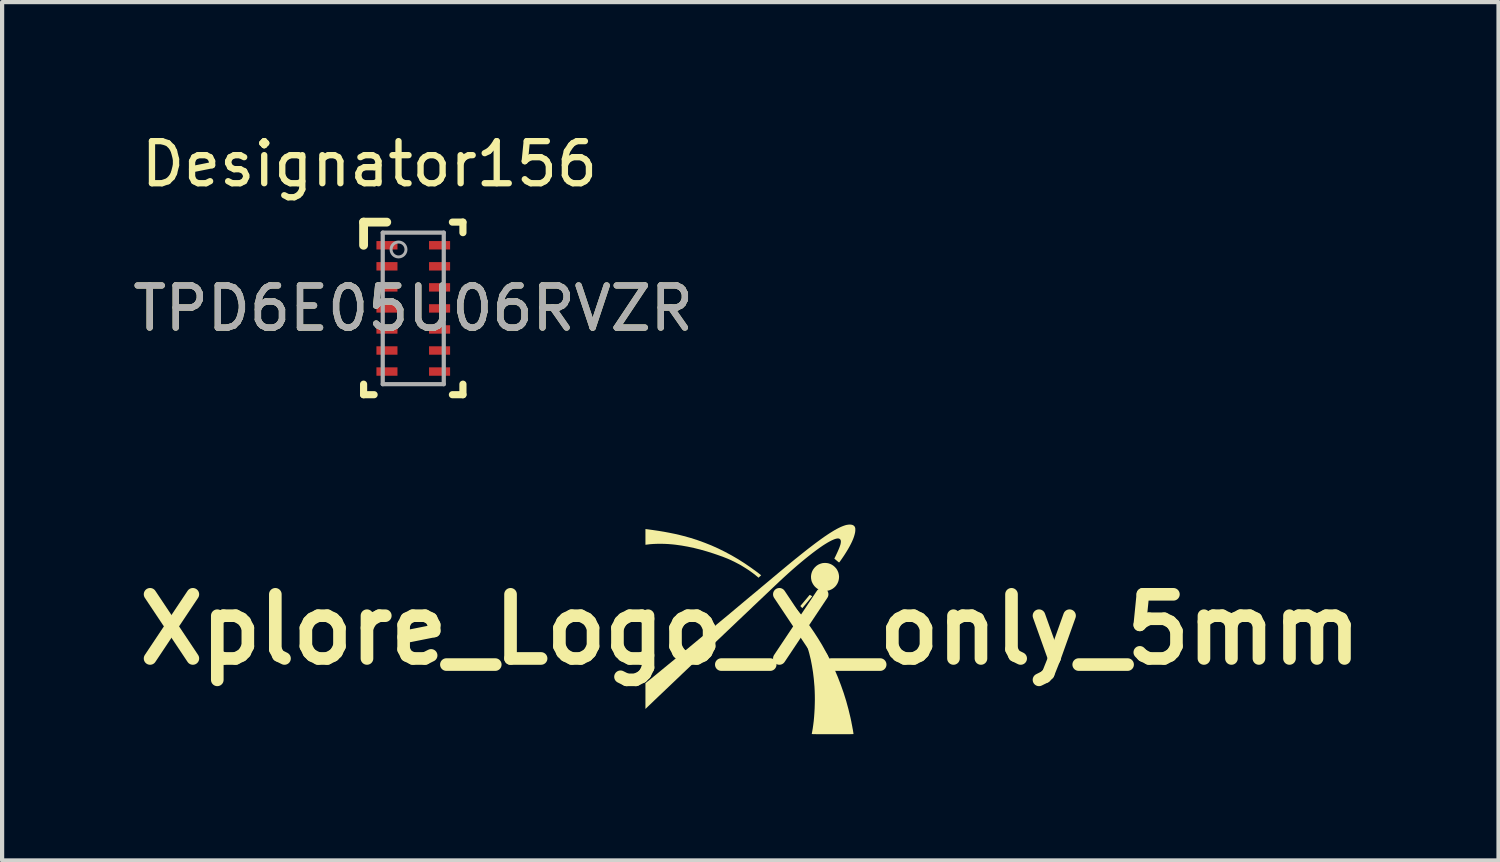
<source format=kicad_pcb>
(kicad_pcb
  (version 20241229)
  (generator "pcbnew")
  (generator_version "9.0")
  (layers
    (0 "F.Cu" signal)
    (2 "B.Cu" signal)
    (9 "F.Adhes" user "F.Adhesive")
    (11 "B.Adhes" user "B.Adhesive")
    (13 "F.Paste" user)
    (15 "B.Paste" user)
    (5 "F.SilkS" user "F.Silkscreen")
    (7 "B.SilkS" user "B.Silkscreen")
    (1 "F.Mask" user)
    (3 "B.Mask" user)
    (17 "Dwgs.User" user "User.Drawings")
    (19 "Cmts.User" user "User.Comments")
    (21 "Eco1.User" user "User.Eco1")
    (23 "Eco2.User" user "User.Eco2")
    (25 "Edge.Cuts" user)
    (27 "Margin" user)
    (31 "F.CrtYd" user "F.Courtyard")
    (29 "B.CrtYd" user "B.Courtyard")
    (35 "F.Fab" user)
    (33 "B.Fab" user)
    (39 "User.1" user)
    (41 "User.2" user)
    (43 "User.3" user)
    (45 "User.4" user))
  (footprint "TPD6E05U06RVZR"
    (layer "F.Cu")
    (at 6.768 4.277)
    (property "Reference" "TPD6E05U06RVZR" (at 0 0 0) (unlocked yes) (layer "F.SilkS") (effects (font (size 1 1) (thickness 0.15))))
    (attr smd)
    (fp_line (start -1.18 -1.5) (end -1.18 -2.05) (stroke (width 0.21) (type solid)) (layer "F.SilkS"))
    (fp_line (start -1.18 -2.05) (end -0.63 -2.05) (stroke (width 0.21) (type solid)) (layer "F.SilkS"))
    (fp_line (start -1.18 2.05) (end -1.18 1.8) (stroke (width 0.17) (type solid)) (layer "F.SilkS"))
    (fp_line (start -1.18 2.05) (end -0.93 2.05) (stroke (width 0.17) (type solid)) (layer "F.SilkS"))
    (fp_line (start 0.93 2.05) (end 1.18 2.05) (stroke (width 0.17) (type solid)) (layer "F.SilkS"))
    (fp_line (start 0.93 -2.05) (end 1.18 -2.05) (stroke (width 0.17) (type solid)) (layer "F.SilkS"))
    (fp_line (start 1.18 -1.8) (end 1.18 -2.05) (stroke (width 0.17) (type solid)) (layer "F.SilkS"))
    (fp_line (start 1.18 2.05) (end 1.18 1.8) (stroke (width 0.17) (type solid)) (layer "F.SilkS"))
    (fp_line (start -0.725 -1.8) (end 0.725 -1.8) (stroke (width 0.1) (type solid)) (layer "F.Fab"))
    (fp_line (start -0.725 1.8) (end -0.725 -1.8) (stroke (width 0.1) (type solid)) (layer "F.Fab"))
    (fp_line (start -0.725 1.8) (end 0.725 1.8) (stroke (width 0.1) (type solid)) (layer "F.Fab"))
    (fp_line (start 0.725 1.8) (end 0.725 -1.8) (stroke (width 0.1) (type solid)) (layer "F.Fab"))
    (fp_circle (center -0.35 -1.4) (end -0.173 -1.4) (stroke (width 0.07) (type solid)) (fill no) (layer "F.Fab"))
    (fp_text user "Designator156" (at -1.041 -3.429 0) (unlocked yes) (layer "F.SilkS") (effects (font (size 1 1) (thickness 0.15))))
    (fp_text user "${REFERENCE}" (at 0 0 0) (unlocked yes) (layer "F.Fab") (effects (font (size 1 1) (thickness 0.15))))
    (pad "1" smd rect (at -0.625 -1.5 90) (size 0.2 0.5) (layers "F.Cu" "F.Mask" "F.Paste"))
    (pad "2" smd rect (at -0.625 -1 90) (size 0.2 0.5) (layers "F.Cu" "F.Mask" "F.Paste"))
    (pad "3" smd rect (at -0.625 -0.5 90) (size 0.2 0.5) (layers "F.Cu" "F.Mask" "F.Paste"))
    (pad "4" smd rect (at -0.625 0 90) (size 0.2 0.5) (layers "F.Cu" "F.Mask" "F.Paste"))
    (pad "5" smd rect (at -0.625 0.5 90) (size 0.2 0.5) (layers "F.Cu" "F.Mask" "F.Paste"))
    (pad "6" smd rect (at -0.625 1 90) (size 0.2 0.5) (layers "F.Cu" "F.Mask" "F.Paste"))
    (pad "7" smd rect (at -0.625 1.5 90) (size 0.2 0.5) (layers "F.Cu" "F.Mask" "F.Paste"))
    (pad "8" smd rect (at 0.625 1.5 90) (size 0.2 0.5) (layers "F.Cu" "F.Mask" "F.Paste"))
    (pad "9" smd rect (at 0.625 1 90) (size 0.2 0.5) (layers "F.Cu" "F.Mask" "F.Paste"))
    (pad "10" smd rect (at 0.625 0.5 90) (size 0.2 0.5) (layers "F.Cu" "F.Mask" "F.Paste"))
    (pad "11" smd rect (at 0.625 0 90) (size 0.2 0.5) (layers "F.Cu" "F.Mask" "F.Paste"))
    (pad "12" smd rect (at 0.625 -0.5 90) (size 0.2 0.5) (layers "F.Cu" "F.Mask" "F.Paste"))
    (pad "13" smd rect (at 0.625 -1 90) (size 0.2 0.5) (layers "F.Cu" "F.Mask" "F.Paste"))
    (pad "14" smd rect (at 0.625 -1.5 90) (size 0.2 0.5) (layers "F.Cu" "F.Mask" "F.Paste")))
  (footprint "Xplore_Logo_X_only_5mm"
    (layer "F.Cu")
    (at 14.776 11.904)
    (property "Reference" "Xplore_Logo_X_only_5mm" (at 0 0 0) (layer "F.SilkS") (effects (font (size 1.524 1.524) (thickness 0.3))))
    (attr board_only exclude_from_pos_files exclude_from_bom)
    (fp_poly (pts (xy 1.417 -0.818) (xy 1.425 -0.815) (xy 1.437 -0.808) (xy 1.441 -0.806) (xy 1.453 -0.799) (xy 1.463 -0.794) (xy 1.469 -0.79) (xy 1.47 -0.789) (xy 1.468 -0.786) (xy 1.462 -0.779) (xy 1.453 -0.767) (xy 1.44 -0.753) (xy 1.426 -0.735) (xy 1.409 -0.715) (xy 1.391 -0.693) (xy 1.372 -0.67) (xy 1.353 -0.647) (xy 1.333 -0.623) (xy 1.314 -0.6) (xy 1.296 -0.579) (xy 1.279 -0.559) (xy 1.265 -0.541) (xy 1.252 -0.527) (xy 1.243 -0.515) (xy 1.237 -0.508) (xy 1.235 -0.506) (xy 1.232 -0.508) (xy 1.226 -0.515) (xy 1.218 -0.524) (xy 1.211 -0.531) (xy 1.188 -0.556) (xy 1.294 -0.683) (xy 1.315 -0.708) (xy 1.335 -0.732) (xy 1.353 -0.754) (xy 1.37 -0.774) (xy 1.383 -0.79) (xy 1.394 -0.803) (xy 1.402 -0.812) (xy 1.405 -0.816) (xy 1.405 -0.816) (xy 1.408 -0.819) (xy 1.412 -0.82)) (stroke (width 0) (type solid)) (fill yes) (layer "F.SilkS"))
    (fp_poly (pts (xy 1.802 -1.579) (xy 1.834 -1.575) (xy 1.854 -1.571) (xy 1.897 -1.557) (xy 1.935 -1.539) (xy 1.97 -1.516) (xy 2.003 -1.488) (xy 2.027 -1.463) (xy 2.047 -1.439) (xy 2.063 -1.412) (xy 2.076 -1.388) (xy 2.093 -1.345) (xy 2.103 -1.301) (xy 2.108 -1.258) (xy 2.106 -1.215) (xy 2.099 -1.173) (xy 2.087 -1.132) (xy 2.07 -1.094) (xy 2.048 -1.058) (xy 2.022 -1.024) (xy 1.992 -0.995) (xy 1.958 -0.969) (xy 1.921 -0.948) (xy 1.88 -0.931) (xy 1.837 -0.92) (xy 1.791 -0.915) (xy 1.787 -0.915) (xy 1.77 -0.915) (xy 1.754 -0.915) (xy 1.742 -0.915) (xy 1.735 -0.915) (xy 1.706 -0.921) (xy 1.674 -0.93) (xy 1.642 -0.942) (xy 1.613 -0.956) (xy 1.588 -0.971) (xy 1.587 -0.971) (xy 1.554 -0.998) (xy 1.523 -1.029) (xy 1.497 -1.064) (xy 1.475 -1.102) (xy 1.458 -1.141) (xy 1.453 -1.158) (xy 1.444 -1.205) (xy 1.441 -1.252) (xy 1.445 -1.297) (xy 1.455 -1.342) (xy 1.471 -1.385) (xy 1.494 -1.426) (xy 1.522 -1.463) (xy 1.538 -1.48) (xy 1.574 -1.513) (xy 1.613 -1.539) (xy 1.655 -1.558) (xy 1.699 -1.572) (xy 1.706 -1.574) (xy 1.735 -1.578) (xy 1.768 -1.58)) (stroke (width 0) (type solid)) (fill yes) (layer "F.SilkS"))
    (fp_poly (pts (xy -2.455 -2.381) (xy -2.316 -2.362) (xy -2.18 -2.342) (xy -2.048 -2.32) (xy -1.92 -2.296) (xy -1.797 -2.271) (xy -1.68 -2.244) (xy -1.589 -2.221) (xy -1.419 -2.174) (xy -1.251 -2.12) (xy -1.086 -2.06) (xy -0.923 -1.995) (xy -0.762 -1.923) (xy -0.603 -1.844) (xy -0.446 -1.76) (xy -0.29 -1.669) (xy -0.136 -1.571) (xy 0.016 -1.467) (xy 0.168 -1.357) (xy 0.211 -1.323) (xy 0.257 -1.288) (xy 0.242 -1.273) (xy 0.23 -1.262) (xy 0.217 -1.25) (xy 0.21 -1.244) (xy 0.195 -1.229) (xy 0.173 -1.248) (xy 0.123 -1.289) (xy 0.068 -1.332) (xy 0.009 -1.375) (xy -0.052 -1.417) (xy -0.115 -1.458) (xy -0.177 -1.496) (xy -0.229 -1.528) (xy -0.255 -1.542) (xy -0.285 -1.558) (xy -0.318 -1.575) (xy -0.352 -1.593) (xy -0.387 -1.611) (xy -0.421 -1.627) (xy -0.451 -1.642) (xy -0.478 -1.654) (xy -0.487 -1.658) (xy -0.539 -1.681) (xy -0.595 -1.703) (xy -0.655 -1.727) (xy -0.721 -1.75) (xy -0.791 -1.775) (xy -0.868 -1.801) (xy -0.873 -1.803) (xy -1.031 -1.853) (xy -1.186 -1.897) (xy -1.338 -1.935) (xy -1.488 -1.967) (xy -1.635 -1.993) (xy -1.779 -2.013) (xy -1.843 -2.02) (xy -1.938 -2.028) (xy -2.032 -2.033) (xy -2.125 -2.035) (xy -2.215 -2.034) (xy -2.301 -2.031) (xy -2.383 -2.025) (xy -2.439 -2.018) (xy -2.455 -2.016) (xy -2.469 -2.014) (xy -2.48 -2.013) (xy -2.484 -2.013) (xy -2.492 -2.013) (xy -2.492 -2.385)) (stroke (width 0) (type solid)) (fill yes) (layer "F.SilkS"))
    (fp_poly (pts (xy 0.815 -0.786) (xy 0.82 -0.783) (xy 0.828 -0.776) (xy 0.838 -0.766) (xy 0.852 -0.752) (xy 0.863 -0.741) (xy 0.978 -0.619) (xy 1.091 -0.491) (xy 1.202 -0.358) (xy 1.31 -0.22) (xy 1.414 -0.079) (xy 1.514 0.066) (xy 1.609 0.213) (xy 1.7 0.362) (xy 1.727 0.41) (xy 1.824 0.586) (xy 1.915 0.765) (xy 2 0.947) (xy 2.079 1.133) (xy 2.151 1.32) (xy 2.218 1.51) (xy 2.278 1.702) (xy 2.331 1.896) (xy 2.378 2.091) (xy 2.38 2.1) (xy 2.386 2.127) (xy 2.392 2.157) (xy 2.399 2.189) (xy 2.405 2.223) (xy 2.412 2.258) (xy 2.419 2.293) (xy 2.425 2.327) (xy 2.431 2.359) (xy 2.437 2.389) (xy 2.441 2.417) (xy 2.445 2.44) (xy 2.448 2.46) (xy 2.45 2.474) (xy 2.451 2.482) (xy 2.451 2.482) (xy 2.451 2.483) (xy 2.45 2.484) (xy 2.448 2.485) (xy 2.444 2.485) (xy 2.439 2.486) (xy 2.432 2.486) (xy 2.423 2.487) (xy 2.411 2.487) (xy 2.396 2.487) (xy 2.377 2.488) (xy 2.356 2.488) (xy 2.33 2.488) (xy 2.299 2.488) (xy 2.265 2.488) (xy 2.225 2.488) (xy 2.18 2.488) (xy 2.13 2.488) (xy 2.073 2.488) (xy 2.011 2.488) (xy 1.955 2.488) (xy 1.885 2.488) (xy 1.822 2.488) (xy 1.764 2.488) (xy 1.713 2.488) (xy 1.667 2.488) (xy 1.627 2.488) (xy 1.591 2.488) (xy 1.561 2.488) (xy 1.535 2.487) (xy 1.514 2.487) (xy 1.496 2.487) (xy 1.483 2.486) (xy 1.472 2.486) (xy 1.465 2.485) (xy 1.461 2.485) (xy 1.46 2.484) (xy 1.46 2.484) (xy 1.46 2.479) (xy 1.462 2.469) (xy 1.464 2.456) (xy 1.466 2.446) (xy 1.481 2.362) (xy 1.494 2.272) (xy 1.506 2.177) (xy 1.515 2.079) (xy 1.522 1.978) (xy 1.528 1.874) (xy 1.531 1.77) (xy 1.533 1.665) (xy 1.532 1.562) (xy 1.529 1.46) (xy 1.524 1.36) (xy 1.522 1.338) (xy 1.508 1.176) (xy 1.489 1.018) (xy 1.464 0.863) (xy 1.435 0.713) (xy 1.399 0.566) (xy 1.359 0.424) (xy 1.313 0.285) (xy 1.262 0.151) (xy 1.206 0.021) (xy 1.145 -0.105) (xy 1.079 -0.227) (xy 1.008 -0.345) (xy 0.931 -0.457) (xy 0.89 -0.514) (xy 0.862 -0.55) (xy 0.83 -0.59) (xy 0.795 -0.632) (xy 0.757 -0.677) (xy 0.744 -0.693) (xy 0.732 -0.706) (xy 0.766 -0.743) (xy 0.779 -0.756) (xy 0.79 -0.768) (xy 0.8 -0.778) (xy 0.806 -0.784) (xy 0.807 -0.785) (xy 0.809 -0.787) (xy 0.812 -0.787)) (stroke (width 0) (type solid)) (fill yes) (layer "F.SilkS"))
    (fp_poly (pts (xy 2.386 -2.491) (xy 2.409 -2.487) (xy 2.416 -2.486) (xy 2.439 -2.477) (xy 2.457 -2.466) (xy 2.471 -2.453) (xy 2.482 -2.436) (xy 2.482 -2.435) (xy 2.487 -2.424) (xy 2.491 -2.413) (xy 2.493 -2.402) (xy 2.494 -2.386) (xy 2.494 -2.38) (xy 2.494 -2.342) (xy 2.488 -2.299) (xy 2.477 -2.253) (xy 2.462 -2.202) (xy 2.442 -2.148) (xy 2.417 -2.09) (xy 2.388 -2.03) (xy 2.354 -1.966) (xy 2.316 -1.899) (xy 2.274 -1.83) (xy 2.228 -1.758) (xy 2.178 -1.684) (xy 2.152 -1.647) (xy 2.138 -1.628) (xy 2.128 -1.613) (xy 2.12 -1.603) (xy 2.114 -1.596) (xy 2.11 -1.593) (xy 2.107 -1.592) (xy 2.105 -1.593) (xy 2.105 -1.593) (xy 2.098 -1.598) (xy 2.089 -1.605) (xy 2.076 -1.615) (xy 2.062 -1.627) (xy 2.048 -1.639) (xy 2.033 -1.651) (xy 2.02 -1.662) (xy 2.009 -1.671) (xy 2.001 -1.678) (xy 1.996 -1.682) (xy 1.996 -1.682) (xy 1.998 -1.686) (xy 2.001 -1.694) (xy 2.007 -1.706) (xy 2.014 -1.72) (xy 2.014 -1.72) (xy 2.027 -1.746) (xy 2.041 -1.776) (xy 2.056 -1.808) (xy 2.071 -1.84) (xy 2.085 -1.872) (xy 2.098 -1.901) (xy 2.108 -1.926) (xy 2.111 -1.932) (xy 2.127 -1.976) (xy 2.14 -2.015) (xy 2.147 -2.049) (xy 2.151 -2.079) (xy 2.15 -2.104) (xy 2.145 -2.124) (xy 2.135 -2.14) (xy 2.121 -2.152) (xy 2.106 -2.159) (xy 2.087 -2.162) (xy 2.063 -2.161) (xy 2.034 -2.155) (xy 2.002 -2.145) (xy 1.965 -2.13) (xy 1.924 -2.111) (xy 1.88 -2.088) (xy 1.832 -2.061) (xy 1.781 -2.03) (xy 1.726 -1.995) (xy 1.669 -1.956) (xy 1.639 -1.935) (xy 1.558 -1.876) (xy 1.474 -1.813) (xy 1.386 -1.744) (xy 1.295 -1.671) (xy 1.201 -1.593) (xy 1.105 -1.512) (xy 1.006 -1.426) (xy 0.906 -1.337) (xy 0.805 -1.245) (xy 0.702 -1.15) (xy 0.633 -1.084) (xy 0.589 -1.043) (xy 0.542 -0.998) (xy 0.492 -0.951) (xy 0.439 -0.9) (xy 0.383 -0.847) (xy 0.324 -0.791) (xy 0.263 -0.733) (xy 0.199 -0.673) (xy 0.133 -0.61) (xy 0.065 -0.546) (xy -0.004 -0.479) (xy -0.076 -0.411) (xy -0.149 -0.342) (xy -0.223 -0.271) (xy -0.299 -0.2) (xy -0.375 -0.127) (xy -0.453 -0.053) (xy -0.531 0.021) (xy -0.61 0.096) (xy -0.689 0.172) (xy -0.769 0.247) (xy -0.848 0.323) (xy -0.928 0.399) (xy -1.007 0.474) (xy -1.086 0.549) (xy -1.164 0.623) (xy -1.242 0.697) (xy -1.318 0.77) (xy -1.394 0.842) (xy -1.468 0.913) (xy -1.541 0.982) (xy -1.613 1.05) (xy -1.682 1.117) (xy -1.75 1.181) (xy -1.816 1.244) (xy -1.88 1.305) (xy -1.941 1.363) (xy -2 1.419) (xy -2.056 1.473) (xy -2.109 1.523) (xy -2.16 1.571) (xy -2.207 1.616) (xy -2.251 1.658) (xy -2.291 1.696) (xy -2.327 1.731) (xy -2.36 1.763) (xy -2.389 1.79) (xy -2.414 1.814) (xy -2.434 1.833) (xy -2.45 1.849) (xy -2.462 1.86) (xy -2.467 1.865) (xy -2.492 1.889) (xy -2.492 1.584) (xy -2.492 1.278) (xy -2.359 1.17) (xy -2.223 1.059) (xy -2.086 0.946) (xy -1.946 0.831) (xy -1.803 0.714) (xy -1.658 0.594) (xy -1.51 0.472) (xy -1.359 0.347) (xy -1.205 0.219) (xy -1.046 0.088) (xy -0.885 -0.047) (xy -0.719 -0.185) (xy -0.548 -0.326) (xy -0.374 -0.472) (xy -0.195 -0.622) (xy -0.011 -0.776) (xy 0.042 -0.82) (xy 0.122 -0.886) (xy 0.196 -0.948) (xy 0.266 -1.007) (xy 0.331 -1.061) (xy 0.392 -1.112) (xy 0.448 -1.159) (xy 0.501 -1.203) (xy 0.549 -1.244) (xy 0.595 -1.282) (xy 0.637 -1.317) (xy 0.675 -1.349) (xy 0.711 -1.379) (xy 0.745 -1.407) (xy 0.775 -1.432) (xy 0.804 -1.456) (xy 0.83 -1.478) (xy 0.855 -1.498) (xy 0.877 -1.517) (xy 0.899 -1.535) (xy 0.919 -1.551) (xy 0.938 -1.567) (xy 0.957 -1.582) (xy 0.974 -1.597) (xy 0.992 -1.611) (xy 1.009 -1.625) (xy 1.026 -1.639) (xy 1.043 -1.653) (xy 1.061 -1.668) (xy 1.08 -1.683) (xy 1.097 -1.696) (xy 1.195 -1.775) (xy 1.289 -1.85) (xy 1.378 -1.92) (xy 1.463 -1.985) (xy 1.543 -2.046) (xy 1.62 -2.103) (xy 1.692 -2.155) (xy 1.761 -2.204) (xy 1.826 -2.248) (xy 1.887 -2.288) (xy 1.945 -2.324) (xy 1.999 -2.357) (xy 2.051 -2.386) (xy 2.099 -2.411) (xy 2.145 -2.433) (xy 2.187 -2.451) (xy 2.227 -2.466) (xy 2.265 -2.478) (xy 2.275 -2.481) (xy 2.302 -2.486) (xy 2.331 -2.49) (xy 2.36 -2.492)) (stroke (width 0) (type solid)) (fill yes) (layer "F.SilkS")))
  (gr_rect
    (start -3 -3)
    (end 32.551 17.392)
    (stroke (width 0.1) (type default))
    (fill no)
    (layer "Edge.Cuts")))
</source>
